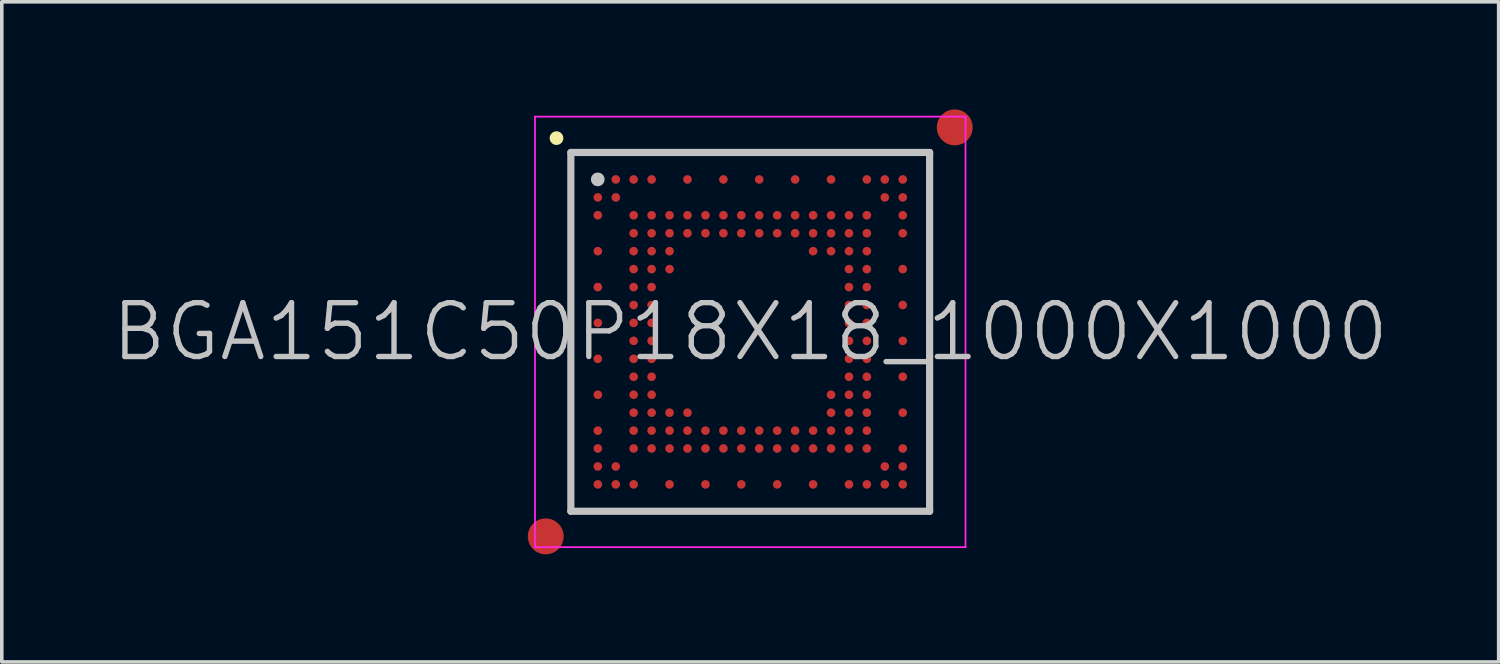
<source format=kicad_pcb>
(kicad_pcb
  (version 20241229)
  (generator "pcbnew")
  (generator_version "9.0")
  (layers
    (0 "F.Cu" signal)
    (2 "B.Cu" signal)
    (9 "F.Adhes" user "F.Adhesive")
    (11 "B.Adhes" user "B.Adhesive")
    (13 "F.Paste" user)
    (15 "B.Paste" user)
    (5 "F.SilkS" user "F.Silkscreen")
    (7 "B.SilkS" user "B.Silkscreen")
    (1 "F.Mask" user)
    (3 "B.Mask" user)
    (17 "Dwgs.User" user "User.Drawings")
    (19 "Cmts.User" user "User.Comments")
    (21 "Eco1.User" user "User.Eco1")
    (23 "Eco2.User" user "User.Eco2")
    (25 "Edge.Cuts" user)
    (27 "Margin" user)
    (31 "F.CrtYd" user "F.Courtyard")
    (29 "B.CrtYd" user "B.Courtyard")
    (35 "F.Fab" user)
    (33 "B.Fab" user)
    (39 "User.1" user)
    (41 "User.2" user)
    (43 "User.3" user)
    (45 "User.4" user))
  (footprint "BGA151C50P18X18_1000X1000"
    (layer "F.Cu")
    (at 17.861 6.2)
    (property "Reference" "BGA151C50P18X18_1000X1000" (at 0 0 0) (layer "Dwgs.User") (effects (font (size 1.5 1.5) (thickness 0.15))))
    (attr smd)
    (fp_line (start -5.4 -5.4) (end -5.4 -5.4) (stroke (width 0.381) (type solid)) (layer "F.SilkS"))
    (fp_line (start -5 -5) (end -5 5) (stroke (width 0.2) (type solid)) (layer "Dwgs.User"))
    (fp_line (start -5 -5) (end 5 -5) (stroke (width 0.2) (type solid)) (layer "Dwgs.User"))
    (fp_line (start -5 5) (end 5 5) (stroke (width 0.2) (type solid)) (layer "Dwgs.User"))
    (fp_line (start -4.25 -4.25) (end -4.25 -4.25) (stroke (width 0.381) (type solid)) (layer "Dwgs.User"))
    (fp_line (start 5 -5) (end 5 5) (stroke (width 0.2) (type solid)) (layer "Dwgs.User"))
    (fp_line (start -6 -6) (end -6 6) (stroke (width 0.05) (type solid)) (layer "F.CrtYd"))
    (fp_line (start -6 -6) (end 6 -6) (stroke (width 0.05) (type solid)) (layer "F.CrtYd"))
    (fp_line (start -6 6) (end 6 6) (stroke (width 0.05) (type solid)) (layer "F.CrtYd"))
    (fp_line (start 6 -6) (end 6 6) (stroke (width 0.05) (type solid)) (layer "F.CrtYd"))
    (pad "" smd circle (at -5.7 5.7) (size 1 1) (layers "F.Cu" "F.Mask"))
    (pad "" smd circle (at 5.7 -5.7) (size 1 1) (layers "F.Cu" "F.Mask"))
    (pad "A2" smd circle (at -3.748 -4.248) (size 0.24 0.24) (layers "F.Cu" "F.Mask" "F.Paste"))
    (pad "A3" smd circle (at -3.25 -4.248) (size 0.24 0.24) (layers "F.Cu" "F.Mask" "F.Paste"))
    (pad "A4" smd circle (at -2.749 -4.248) (size 0.24 0.24) (layers "F.Cu" "F.Mask" "F.Paste"))
    (pad "A6" smd circle (at -1.749 -4.248) (size 0.24 0.24) (layers "F.Cu" "F.Mask" "F.Paste"))
    (pad "A8" smd circle (at -0.748 -4.248) (size 0.24 0.24) (layers "F.Cu" "F.Mask" "F.Paste"))
    (pad "A10" smd circle (at 0.25 -4.248) (size 0.24 0.24) (layers "F.Cu" "F.Mask" "F.Paste"))
    (pad "A12" smd circle (at 1.251 -4.248) (size 0.24 0.24) (layers "F.Cu" "F.Mask" "F.Paste"))
    (pad "A14" smd circle (at 2.252 -4.248) (size 0.24 0.24) (layers "F.Cu" "F.Mask" "F.Paste"))
    (pad "A16" smd circle (at 3.25 -4.248) (size 0.24 0.24) (layers "F.Cu" "F.Mask" "F.Paste"))
    (pad "A17" smd circle (at 3.751 -4.248) (size 0.24 0.24) (layers "F.Cu" "F.Mask" "F.Paste"))
    (pad "A18" smd circle (at 4.251 -4.248) (size 0.24 0.24) (layers "F.Cu" "F.Mask" "F.Paste"))
    (pad "B1" smd circle (at -4.248 -3.748) (size 0.24 0.24) (layers "F.Cu" "F.Mask" "F.Paste"))
    (pad "B2" smd circle (at -3.748 -3.748) (size 0.24 0.24) (layers "F.Cu" "F.Mask" "F.Paste"))
    (pad "B17" smd circle (at 3.751 -3.748) (size 0.24 0.24) (layers "F.Cu" "F.Mask" "F.Paste"))
    (pad "B18" smd circle (at 4.251 -3.748) (size 0.24 0.24) (layers "F.Cu" "F.Mask" "F.Paste"))
    (pad "C1" smd circle (at -4.248 -3.25) (size 0.24 0.24) (layers "F.Cu" "F.Mask" "F.Paste"))
    (pad "C3" smd circle (at -3.25 -3.25) (size 0.24 0.24) (layers "F.Cu" "F.Mask" "F.Paste"))
    (pad "C4" smd circle (at -2.749 -3.25) (size 0.24 0.24) (layers "F.Cu" "F.Mask" "F.Paste"))
    (pad "C5" smd circle (at -2.249 -3.25) (size 0.24 0.24) (layers "F.Cu" "F.Mask" "F.Paste"))
    (pad "C6" smd circle (at -1.749 -3.25) (size 0.24 0.24) (layers "F.Cu" "F.Mask" "F.Paste"))
    (pad "C7" smd circle (at -1.248 -3.25) (size 0.24 0.24) (layers "F.Cu" "F.Mask" "F.Paste"))
    (pad "C8" smd circle (at -0.748 -3.25) (size 0.24 0.24) (layers "F.Cu" "F.Mask" "F.Paste"))
    (pad "C9" smd circle (at -0.25 -3.25) (size 0.24 0.24) (layers "F.Cu" "F.Mask" "F.Paste"))
    (pad "C10" smd circle (at 0.25 -3.25) (size 0.24 0.24) (layers "F.Cu" "F.Mask" "F.Paste"))
    (pad "C11" smd circle (at 0.751 -3.25) (size 0.24 0.24) (layers "F.Cu" "F.Mask" "F.Paste"))
    (pad "C12" smd circle (at 1.251 -3.25) (size 0.24 0.24) (layers "F.Cu" "F.Mask" "F.Paste"))
    (pad "C13" smd circle (at 1.752 -3.25) (size 0.24 0.24) (layers "F.Cu" "F.Mask" "F.Paste"))
    (pad "C14" smd circle (at 2.252 -3.25) (size 0.24 0.24) (layers "F.Cu" "F.Mask" "F.Paste"))
    (pad "C15" smd circle (at 2.752 -3.25) (size 0.24 0.24) (layers "F.Cu" "F.Mask" "F.Paste"))
    (pad "C16" smd circle (at 3.25 -3.25) (size 0.24 0.24) (layers "F.Cu" "F.Mask" "F.Paste"))
    (pad "C18" smd circle (at 4.251 -3.25) (size 0.24 0.24) (layers "F.Cu" "F.Mask" "F.Paste"))
    (pad "D3" smd circle (at -3.25 -2.749) (size 0.24 0.24) (layers "F.Cu" "F.Mask" "F.Paste"))
    (pad "D4" smd circle (at -2.749 -2.749) (size 0.24 0.24) (layers "F.Cu" "F.Mask" "F.Paste"))
    (pad "D5" smd circle (at -2.249 -2.749) (size 0.24 0.24) (layers "F.Cu" "F.Mask" "F.Paste"))
    (pad "D6" smd circle (at -1.749 -2.749) (size 0.24 0.24) (layers "F.Cu" "F.Mask" "F.Paste"))
    (pad "D7" smd circle (at -1.248 -2.749) (size 0.24 0.24) (layers "F.Cu" "F.Mask" "F.Paste"))
    (pad "D8" smd circle (at -0.748 -2.749) (size 0.24 0.24) (layers "F.Cu" "F.Mask" "F.Paste"))
    (pad "D9" smd circle (at -0.25 -2.749) (size 0.24 0.24) (layers "F.Cu" "F.Mask" "F.Paste"))
    (pad "D10" smd circle (at 0.25 -2.749) (size 0.24 0.24) (layers "F.Cu" "F.Mask" "F.Paste"))
    (pad "D11" smd circle (at 0.751 -2.749) (size 0.24 0.24) (layers "F.Cu" "F.Mask" "F.Paste"))
    (pad "D12" smd circle (at 1.251 -2.749) (size 0.24 0.24) (layers "F.Cu" "F.Mask" "F.Paste"))
    (pad "D13" smd circle (at 1.752 -2.749) (size 0.24 0.24) (layers "F.Cu" "F.Mask" "F.Paste"))
    (pad "D14" smd circle (at 2.252 -2.749) (size 0.24 0.24) (layers "F.Cu" "F.Mask" "F.Paste"))
    (pad "D15" smd circle (at 2.752 -2.749) (size 0.24 0.24) (layers "F.Cu" "F.Mask" "F.Paste"))
    (pad "D16" smd circle (at 3.25 -2.749) (size 0.24 0.24) (layers "F.Cu" "F.Mask" "F.Paste"))
    (pad "D18" smd circle (at 4.251 -2.749) (size 0.24 0.24) (layers "F.Cu" "F.Mask" "F.Paste"))
    (pad "E1" smd circle (at -4.248 -2.249) (size 0.24 0.24) (layers "F.Cu" "F.Mask" "F.Paste"))
    (pad "E3" smd circle (at -3.25 -2.249) (size 0.24 0.24) (layers "F.Cu" "F.Mask" "F.Paste"))
    (pad "E4" smd circle (at -2.749 -2.249) (size 0.24 0.24) (layers "F.Cu" "F.Mask" "F.Paste"))
    (pad "E5" smd circle (at -2.249 -2.249) (size 0.24 0.24) (layers "F.Cu" "F.Mask" "F.Paste"))
    (pad "E13" smd circle (at 1.752 -2.249) (size 0.24 0.24) (layers "F.Cu" "F.Mask" "F.Paste"))
    (pad "E14" smd circle (at 2.252 -2.249) (size 0.24 0.24) (layers "F.Cu" "F.Mask" "F.Paste"))
    (pad "E15" smd circle (at 2.752 -2.249) (size 0.24 0.24) (layers "F.Cu" "F.Mask" "F.Paste"))
    (pad "E16" smd circle (at 3.25 -2.249) (size 0.24 0.24) (layers "F.Cu" "F.Mask" "F.Paste"))
    (pad "F3" smd circle (at -3.25 -1.749) (size 0.24 0.24) (layers "F.Cu" "F.Mask" "F.Paste"))
    (pad "F4" smd circle (at -2.749 -1.749) (size 0.24 0.24) (layers "F.Cu" "F.Mask" "F.Paste"))
    (pad "F5" smd circle (at -2.249 -1.749) (size 0.24 0.24) (layers "F.Cu" "F.Mask" "F.Paste"))
    (pad "F15" smd circle (at 2.752 -1.749) (size 0.24 0.24) (layers "F.Cu" "F.Mask" "F.Paste"))
    (pad "F16" smd circle (at 3.25 -1.749) (size 0.24 0.24) (layers "F.Cu" "F.Mask" "F.Paste"))
    (pad "F18" smd circle (at 4.251 -1.749) (size 0.24 0.24) (layers "F.Cu" "F.Mask" "F.Paste"))
    (pad "G1" smd circle (at -4.248 -1.248) (size 0.24 0.24) (layers "F.Cu" "F.Mask" "F.Paste"))
    (pad "G3" smd circle (at -3.25 -1.248) (size 0.24 0.24) (layers "F.Cu" "F.Mask" "F.Paste"))
    (pad "G4" smd circle (at -2.749 -1.248) (size 0.24 0.24) (layers "F.Cu" "F.Mask" "F.Paste"))
    (pad "G15" smd circle (at 2.752 -1.248) (size 0.24 0.24) (layers "F.Cu" "F.Mask" "F.Paste"))
    (pad "G16" smd circle (at 3.25 -1.248) (size 0.24 0.24) (layers "F.Cu" "F.Mask" "F.Paste"))
    (pad "H3" smd circle (at -3.25 -0.748) (size 0.24 0.24) (layers "F.Cu" "F.Mask" "F.Paste"))
    (pad "H4" smd circle (at -2.749 -0.748) (size 0.24 0.24) (layers "F.Cu" "F.Mask" "F.Paste"))
    (pad "H15" smd circle (at 2.752 -0.748) (size 0.24 0.24) (layers "F.Cu" "F.Mask" "F.Paste"))
    (pad "H16" smd circle (at 3.25 -0.748) (size 0.24 0.24) (layers "F.Cu" "F.Mask" "F.Paste"))
    (pad "H18" smd circle (at 4.251 -0.748) (size 0.24 0.24) (layers "F.Cu" "F.Mask" "F.Paste"))
    (pad "J1" smd circle (at -4.248 -0.25) (size 0.24 0.24) (layers "F.Cu" "F.Mask" "F.Paste"))
    (pad "J3" smd circle (at -3.25 -0.25) (size 0.24 0.24) (layers "F.Cu" "F.Mask" "F.Paste"))
    (pad "J4" smd circle (at -2.749 -0.25) (size 0.24 0.24) (layers "F.Cu" "F.Mask" "F.Paste"))
    (pad "J15" smd circle (at 2.752 -0.25) (size 0.24 0.24) (layers "F.Cu" "F.Mask" "F.Paste"))
    (pad "J16" smd circle (at 3.25 -0.25) (size 0.24 0.24) (layers "F.Cu" "F.Mask" "F.Paste"))
    (pad "K3" smd circle (at -3.25 0.25) (size 0.24 0.24) (layers "F.Cu" "F.Mask" "F.Paste"))
    (pad "K4" smd circle (at -2.749 0.25) (size 0.24 0.24) (layers "F.Cu" "F.Mask" "F.Paste"))
    (pad "K15" smd circle (at 2.752 0.25) (size 0.24 0.24) (layers "F.Cu" "F.Mask" "F.Paste"))
    (pad "K16" smd circle (at 3.25 0.25) (size 0.24 0.24) (layers "F.Cu" "F.Mask" "F.Paste"))
    (pad "K18" smd circle (at 4.251 0.25) (size 0.24 0.24) (layers "F.Cu" "F.Mask" "F.Paste"))
    (pad "L1" smd circle (at -4.248 0.751) (size 0.24 0.24) (layers "F.Cu" "F.Mask" "F.Paste"))
    (pad "L3" smd circle (at -3.25 0.751) (size 0.24 0.24) (layers "F.Cu" "F.Mask" "F.Paste"))
    (pad "L4" smd circle (at -2.749 0.751) (size 0.24 0.24) (layers "F.Cu" "F.Mask" "F.Paste"))
    (pad "L15" smd circle (at 2.752 0.751) (size 0.24 0.24) (layers "F.Cu" "F.Mask" "F.Paste"))
    (pad "L16" smd circle (at 3.25 0.751) (size 0.24 0.24) (layers "F.Cu" "F.Mask" "F.Paste"))
    (pad "M3" smd circle (at -3.25 1.251) (size 0.24 0.24) (layers "F.Cu" "F.Mask" "F.Paste"))
    (pad "M4" smd circle (at -2.749 1.251) (size 0.24 0.24) (layers "F.Cu" "F.Mask" "F.Paste"))
    (pad "M15" smd circle (at 2.752 1.251) (size 0.24 0.24) (layers "F.Cu" "F.Mask" "F.Paste"))
    (pad "M16" smd circle (at 3.25 1.251) (size 0.24 0.24) (layers "F.Cu" "F.Mask" "F.Paste"))
    (pad "M18" smd circle (at 4.251 1.251) (size 0.24 0.24) (layers "F.Cu" "F.Mask" "F.Paste"))
    (pad "N1" smd circle (at -4.248 1.752) (size 0.24 0.24) (layers "F.Cu" "F.Mask" "F.Paste"))
    (pad "N3" smd circle (at -3.25 1.752) (size 0.24 0.24) (layers "F.Cu" "F.Mask" "F.Paste"))
    (pad "N4" smd circle (at -2.749 1.752) (size 0.24 0.24) (layers "F.Cu" "F.Mask" "F.Paste"))
    (pad "N14" smd circle (at 2.252 1.752) (size 0.24 0.24) (layers "F.Cu" "F.Mask" "F.Paste"))
    (pad "N15" smd circle (at 2.752 1.752) (size 0.24 0.24) (layers "F.Cu" "F.Mask" "F.Paste"))
    (pad "N16" smd circle (at 3.25 1.752) (size 0.24 0.24) (layers "F.Cu" "F.Mask" "F.Paste"))
    (pad "P3" smd circle (at -3.25 2.252) (size 0.24 0.24) (layers "F.Cu" "F.Mask" "F.Paste"))
    (pad "P4" smd circle (at -2.749 2.252) (size 0.24 0.24) (layers "F.Cu" "F.Mask" "F.Paste"))
    (pad "P5" smd circle (at -2.249 2.252) (size 0.24 0.24) (layers "F.Cu" "F.Mask" "F.Paste"))
    (pad "P6" smd circle (at -1.749 2.252) (size 0.24 0.24) (layers "F.Cu" "F.Mask" "F.Paste"))
    (pad "P14" smd circle (at 2.252 2.252) (size 0.24 0.24) (layers "F.Cu" "F.Mask" "F.Paste"))
    (pad "P15" smd circle (at 2.752 2.252) (size 0.24 0.24) (layers "F.Cu" "F.Mask" "F.Paste"))
    (pad "P16" smd circle (at 3.25 2.252) (size 0.24 0.24) (layers "F.Cu" "F.Mask" "F.Paste"))
    (pad "P18" smd circle (at 4.251 2.252) (size 0.24 0.24) (layers "F.Cu" "F.Mask" "F.Paste"))
    (pad "R1" smd circle (at -4.248 2.752) (size 0.24 0.24) (layers "F.Cu" "F.Mask" "F.Paste"))
    (pad "R3" smd circle (at -3.25 2.752) (size 0.24 0.24) (layers "F.Cu" "F.Mask" "F.Paste"))
    (pad "R4" smd circle (at -2.749 2.752) (size 0.24 0.24) (layers "F.Cu" "F.Mask" "F.Paste"))
    (pad "R5" smd circle (at -2.249 2.752) (size 0.24 0.24) (layers "F.Cu" "F.Mask" "F.Paste"))
    (pad "R6" smd circle (at -1.749 2.752) (size 0.24 0.24) (layers "F.Cu" "F.Mask" "F.Paste"))
    (pad "R7" smd circle (at -1.248 2.752) (size 0.24 0.24) (layers "F.Cu" "F.Mask" "F.Paste"))
    (pad "R8" smd circle (at -0.748 2.752) (size 0.24 0.24) (layers "F.Cu" "F.Mask" "F.Paste"))
    (pad "R9" smd circle (at -0.25 2.752) (size 0.24 0.24) (layers "F.Cu" "F.Mask" "F.Paste"))
    (pad "R10" smd circle (at 0.25 2.752) (size 0.24 0.24) (layers "F.Cu" "F.Mask" "F.Paste"))
    (pad "R11" smd circle (at 0.751 2.752) (size 0.24 0.24) (layers "F.Cu" "F.Mask" "F.Paste"))
    (pad "R12" smd circle (at 1.251 2.752) (size 0.24 0.24) (layers "F.Cu" "F.Mask" "F.Paste"))
    (pad "R13" smd circle (at 1.752 2.752) (size 0.24 0.24) (layers "F.Cu" "F.Mask" "F.Paste"))
    (pad "R14" smd circle (at 2.252 2.752) (size 0.24 0.24) (layers "F.Cu" "F.Mask" "F.Paste"))
    (pad "R15" smd circle (at 2.752 2.752) (size 0.24 0.24) (layers "F.Cu" "F.Mask" "F.Paste"))
    (pad "R16" smd circle (at 3.25 2.752) (size 0.24 0.24) (layers "F.Cu" "F.Mask" "F.Paste"))
    (pad "T1" smd circle (at -4.248 3.25) (size 0.24 0.24) (layers "F.Cu" "F.Mask" "F.Paste"))
    (pad "T3" smd circle (at -3.25 3.25) (size 0.24 0.24) (layers "F.Cu" "F.Mask" "F.Paste"))
    (pad "T4" smd circle (at -2.749 3.25) (size 0.24 0.24) (layers "F.Cu" "F.Mask" "F.Paste"))
    (pad "T5" smd circle (at -2.249 3.25) (size 0.24 0.24) (layers "F.Cu" "F.Mask" "F.Paste"))
    (pad "T6" smd circle (at -1.749 3.25) (size 0.24 0.24) (layers "F.Cu" "F.Mask" "F.Paste"))
    (pad "T7" smd circle (at -1.248 3.25) (size 0.24 0.24) (layers "F.Cu" "F.Mask" "F.Paste"))
    (pad "T8" smd circle (at -0.748 3.25) (size 0.24 0.24) (layers "F.Cu" "F.Mask" "F.Paste"))
    (pad "T9" smd circle (at -0.25 3.25) (size 0.24 0.24) (layers "F.Cu" "F.Mask" "F.Paste"))
    (pad "T10" smd circle (at 0.25 3.25) (size 0.24 0.24) (layers "F.Cu" "F.Mask" "F.Paste"))
    (pad "T11" smd circle (at 0.751 3.25) (size 0.24 0.24) (layers "F.Cu" "F.Mask" "F.Paste"))
    (pad "T12" smd circle (at 1.251 3.25) (size 0.24 0.24) (layers "F.Cu" "F.Mask" "F.Paste"))
    (pad "T13" smd circle (at 1.752 3.25) (size 0.24 0.24) (layers "F.Cu" "F.Mask" "F.Paste"))
    (pad "T14" smd circle (at 2.252 3.25) (size 0.24 0.24) (layers "F.Cu" "F.Mask" "F.Paste"))
    (pad "T15" smd circle (at 2.752 3.25) (size 0.24 0.24) (layers "F.Cu" "F.Mask" "F.Paste"))
    (pad "T16" smd circle (at 3.25 3.25) (size 0.24 0.24) (layers "F.Cu" "F.Mask" "F.Paste"))
    (pad "T18" smd circle (at 4.251 3.25) (size 0.24 0.24) (layers "F.Cu" "F.Mask" "F.Paste"))
    (pad "U1" smd circle (at -4.248 3.751) (size 0.24 0.24) (layers "F.Cu" "F.Mask" "F.Paste"))
    (pad "U2" smd circle (at -3.748 3.751) (size 0.24 0.24) (layers "F.Cu" "F.Mask" "F.Paste"))
    (pad "U17" smd circle (at 3.751 3.751) (size 0.24 0.24) (layers "F.Cu" "F.Mask" "F.Paste"))
    (pad "U18" smd circle (at 4.251 3.751) (size 0.24 0.24) (layers "F.Cu" "F.Mask" "F.Paste"))
    (pad "V1" smd circle (at -4.248 4.251) (size 0.24 0.24) (layers "F.Cu" "F.Mask" "F.Paste"))
    (pad "V2" smd circle (at -3.748 4.251) (size 0.24 0.24) (layers "F.Cu" "F.Mask" "F.Paste"))
    (pad "V3" smd circle (at -3.25 4.251) (size 0.24 0.24) (layers "F.Cu" "F.Mask" "F.Paste"))
    (pad "V5" smd circle (at -2.249 4.251) (size 0.24 0.24) (layers "F.Cu" "F.Mask" "F.Paste"))
    (pad "V7" smd circle (at -1.248 4.251) (size 0.24 0.24) (layers "F.Cu" "F.Mask" "F.Paste"))
    (pad "V9" smd circle (at -0.25 4.251) (size 0.24 0.24) (layers "F.Cu" "F.Mask" "F.Paste"))
    (pad "V11" smd circle (at 0.751 4.251) (size 0.24 0.24) (layers "F.Cu" "F.Mask" "F.Paste"))
    (pad "V13" smd circle (at 1.752 4.251) (size 0.24 0.24) (layers "F.Cu" "F.Mask" "F.Paste"))
    (pad "V15" smd circle (at 2.752 4.251) (size 0.24 0.24) (layers "F.Cu" "F.Mask" "F.Paste"))
    (pad "V16" smd circle (at 3.25 4.251) (size 0.24 0.24) (layers "F.Cu" "F.Mask" "F.Paste"))
    (pad "V17" smd circle (at 3.751 4.251) (size 0.24 0.24) (layers "F.Cu" "F.Mask" "F.Paste"))
    (pad "V18" smd circle (at 4.251 4.251) (size 0.24 0.24) (layers "F.Cu" "F.Mask" "F.Paste")))
  (gr_rect
    (start -3 -3)
    (end 38.721 15.4)
    (stroke (width 0.1) (type default))
    (fill no)
    (layer "Edge.Cuts")))
</source>
